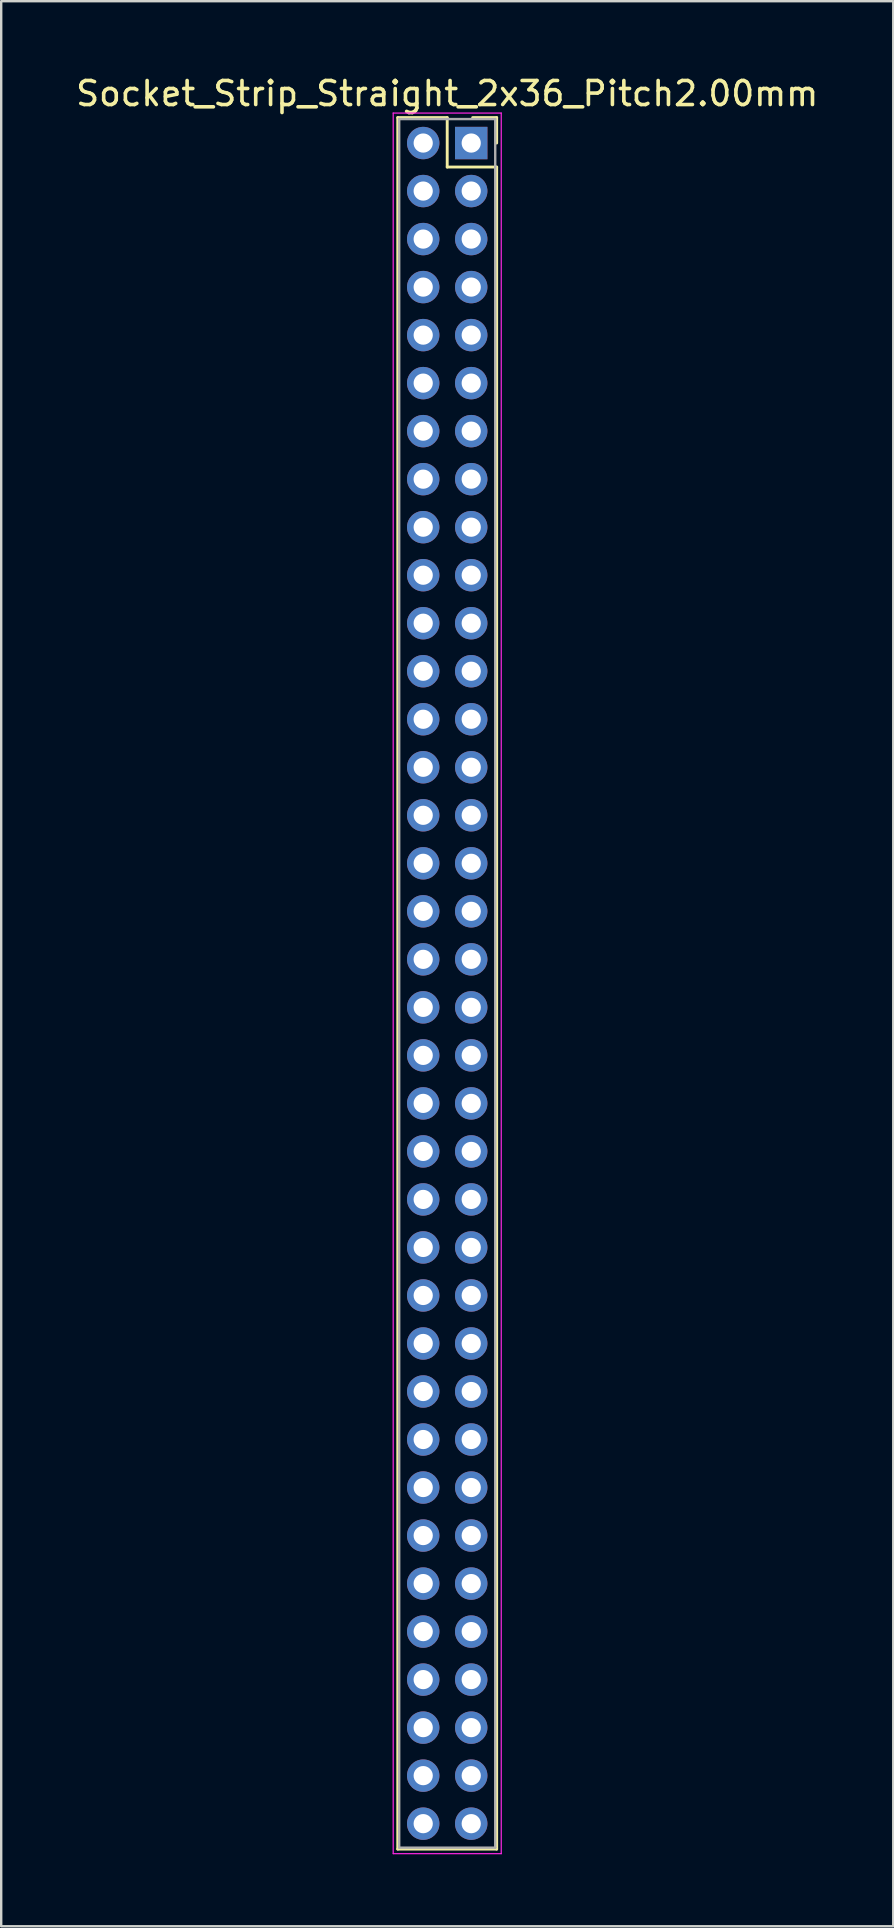
<source format=kicad_pcb>
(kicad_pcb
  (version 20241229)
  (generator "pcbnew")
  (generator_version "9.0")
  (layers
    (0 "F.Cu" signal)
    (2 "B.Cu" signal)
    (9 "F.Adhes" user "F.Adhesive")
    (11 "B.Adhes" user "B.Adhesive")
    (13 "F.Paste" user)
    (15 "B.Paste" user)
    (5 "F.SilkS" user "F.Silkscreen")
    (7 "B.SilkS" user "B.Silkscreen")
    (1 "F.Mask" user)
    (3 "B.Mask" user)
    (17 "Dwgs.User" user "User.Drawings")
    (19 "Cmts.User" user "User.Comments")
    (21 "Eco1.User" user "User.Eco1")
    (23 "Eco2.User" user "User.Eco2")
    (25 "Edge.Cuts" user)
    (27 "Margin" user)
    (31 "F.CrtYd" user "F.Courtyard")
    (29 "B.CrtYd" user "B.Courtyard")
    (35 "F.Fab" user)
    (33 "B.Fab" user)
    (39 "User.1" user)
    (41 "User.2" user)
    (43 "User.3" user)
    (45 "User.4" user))
  (footprint "Socket_Strip_Straight_2x36_Pitch2.00mm"
    (layer "F.Cu")
    (at 16.577 2.908)
    (property "Reference" "Socket_Strip_Straight_2x36_Pitch2.00mm" (at -1 -2.06 0) (layer "F.SilkS") (effects (font (size 1 1) (thickness 0.15))))
    (attr through_hole)
    (fp_line (start -3.06 -1.06) (end -1 -1.06) (stroke (width 0.12) (type solid)) (layer "F.SilkS"))
    (fp_line (start -3.06 71.06) (end -3.06 -1.06) (stroke (width 0.12) (type solid)) (layer "F.SilkS"))
    (fp_line (start -1 -1.06) (end -1 1) (stroke (width 0.12) (type solid)) (layer "F.SilkS"))
    (fp_line (start -1 1) (end 1.06 1) (stroke (width 0.12) (type solid)) (layer "F.SilkS"))
    (fp_line (start 1.06 -1.06) (end 0.06 -1.06) (stroke (width 0.12) (type solid)) (layer "F.SilkS"))
    (fp_line (start 1.06 0) (end 1.06 -1.06) (stroke (width 0.12) (type solid)) (layer "F.SilkS"))
    (fp_line (start 1.06 1) (end 1.06 71.06) (stroke (width 0.12) (type solid)) (layer "F.SilkS"))
    (fp_line (start 1.06 71.06) (end -3.06 71.06) (stroke (width 0.12) (type solid)) (layer "F.SilkS"))
    (fp_line (start -3.25 -1.25) (end -3.25 71.25) (stroke (width 0.05) (type solid)) (layer "F.CrtYd"))
    (fp_line (start -3.25 71.25) (end 1.25 71.25) (stroke (width 0.05) (type solid)) (layer "F.CrtYd"))
    (fp_line (start 1.25 -1.25) (end -3.25 -1.25) (stroke (width 0.05) (type solid)) (layer "F.CrtYd"))
    (fp_line (start 1.25 71.25) (end 1.25 -1.25) (stroke (width 0.05) (type solid)) (layer "F.CrtYd"))
    (fp_line (start -3 -1) (end -3 71) (stroke (width 0.1) (type solid)) (layer "F.Fab"))
    (fp_line (start -3 71) (end 1 71) (stroke (width 0.1) (type solid)) (layer "F.Fab"))
    (fp_line (start 1 -1) (end -3 -1) (stroke (width 0.1) (type solid)) (layer "F.Fab"))
    (fp_line (start 1 71) (end 1 -1) (stroke (width 0.1) (type solid)) (layer "F.Fab"))
    (pad "1" thru_hole rect (at 0 0) (size 1.35 1.35) (drill 0.8) (layers "*.Cu" "*.Mask"))
    (pad "2" thru_hole oval (at -2 0) (size 1.35 1.35) (drill 0.8) (layers "*.Cu" "*.Mask"))
    (pad "3" thru_hole oval (at 0 2) (size 1.35 1.35) (drill 0.8) (layers "*.Cu" "*.Mask"))
    (pad "4" thru_hole oval (at -2 2) (size 1.35 1.35) (drill 0.8) (layers "*.Cu" "*.Mask"))
    (pad "5" thru_hole oval (at 0 4) (size 1.35 1.35) (drill 0.8) (layers "*.Cu" "*.Mask"))
    (pad "6" thru_hole oval (at -2 4) (size 1.35 1.35) (drill 0.8) (layers "*.Cu" "*.Mask"))
    (pad "7" thru_hole oval (at 0 6) (size 1.35 1.35) (drill 0.8) (layers "*.Cu" "*.Mask"))
    (pad "8" thru_hole oval (at -2 6) (size 1.35 1.35) (drill 0.8) (layers "*.Cu" "*.Mask"))
    (pad "9" thru_hole oval (at 0 8) (size 1.35 1.35) (drill 0.8) (layers "*.Cu" "*.Mask"))
    (pad "10" thru_hole oval (at -2 8) (size 1.35 1.35) (drill 0.8) (layers "*.Cu" "*.Mask"))
    (pad "11" thru_hole oval (at 0 10) (size 1.35 1.35) (drill 0.8) (layers "*.Cu" "*.Mask"))
    (pad "12" thru_hole oval (at -2 10) (size 1.35 1.35) (drill 0.8) (layers "*.Cu" "*.Mask"))
    (pad "13" thru_hole oval (at 0 12) (size 1.35 1.35) (drill 0.8) (layers "*.Cu" "*.Mask"))
    (pad "14" thru_hole oval (at -2 12) (size 1.35 1.35) (drill 0.8) (layers "*.Cu" "*.Mask"))
    (pad "15" thru_hole oval (at 0 14) (size 1.35 1.35) (drill 0.8) (layers "*.Cu" "*.Mask"))
    (pad "16" thru_hole oval (at -2 14) (size 1.35 1.35) (drill 0.8) (layers "*.Cu" "*.Mask"))
    (pad "17" thru_hole oval (at 0 16) (size 1.35 1.35) (drill 0.8) (layers "*.Cu" "*.Mask"))
    (pad "18" thru_hole oval (at -2 16) (size 1.35 1.35) (drill 0.8) (layers "*.Cu" "*.Mask"))
    (pad "19" thru_hole oval (at 0 18) (size 1.35 1.35) (drill 0.8) (layers "*.Cu" "*.Mask"))
    (pad "20" thru_hole oval (at -2 18) (size 1.35 1.35) (drill 0.8) (layers "*.Cu" "*.Mask"))
    (pad "21" thru_hole oval (at 0 20) (size 1.35 1.35) (drill 0.8) (layers "*.Cu" "*.Mask"))
    (pad "22" thru_hole oval (at -2 20) (size 1.35 1.35) (drill 0.8) (layers "*.Cu" "*.Mask"))
    (pad "23" thru_hole oval (at 0 22) (size 1.35 1.35) (drill 0.8) (layers "*.Cu" "*.Mask"))
    (pad "24" thru_hole oval (at -2 22) (size 1.35 1.35) (drill 0.8) (layers "*.Cu" "*.Mask"))
    (pad "25" thru_hole oval (at 0 24) (size 1.35 1.35) (drill 0.8) (layers "*.Cu" "*.Mask"))
    (pad "26" thru_hole oval (at -2 24) (size 1.35 1.35) (drill 0.8) (layers "*.Cu" "*.Mask"))
    (pad "27" thru_hole oval (at 0 26) (size 1.35 1.35) (drill 0.8) (layers "*.Cu" "*.Mask"))
    (pad "28" thru_hole oval (at -2 26) (size 1.35 1.35) (drill 0.8) (layers "*.Cu" "*.Mask"))
    (pad "29" thru_hole oval (at 0 28) (size 1.35 1.35) (drill 0.8) (layers "*.Cu" "*.Mask"))
    (pad "30" thru_hole oval (at -2 28) (size 1.35 1.35) (drill 0.8) (layers "*.Cu" "*.Mask"))
    (pad "31" thru_hole oval (at 0 30) (size 1.35 1.35) (drill 0.8) (layers "*.Cu" "*.Mask"))
    (pad "32" thru_hole oval (at -2 30) (size 1.35 1.35) (drill 0.8) (layers "*.Cu" "*.Mask"))
    (pad "33" thru_hole oval (at 0 32) (size 1.35 1.35) (drill 0.8) (layers "*.Cu" "*.Mask"))
    (pad "34" thru_hole oval (at -2 32) (size 1.35 1.35) (drill 0.8) (layers "*.Cu" "*.Mask"))
    (pad "35" thru_hole oval (at 0 34) (size 1.35 1.35) (drill 0.8) (layers "*.Cu" "*.Mask"))
    (pad "36" thru_hole oval (at -2 34) (size 1.35 1.35) (drill 0.8) (layers "*.Cu" "*.Mask"))
    (pad "37" thru_hole oval (at 0 36) (size 1.35 1.35) (drill 0.8) (layers "*.Cu" "*.Mask"))
    (pad "38" thru_hole oval (at -2 36) (size 1.35 1.35) (drill 0.8) (layers "*.Cu" "*.Mask"))
    (pad "39" thru_hole oval (at 0 38) (size 1.35 1.35) (drill 0.8) (layers "*.Cu" "*.Mask"))
    (pad "40" thru_hole oval (at -2 38) (size 1.35 1.35) (drill 0.8) (layers "*.Cu" "*.Mask"))
    (pad "41" thru_hole oval (at 0 40) (size 1.35 1.35) (drill 0.8) (layers "*.Cu" "*.Mask"))
    (pad "42" thru_hole oval (at -2 40) (size 1.35 1.35) (drill 0.8) (layers "*.Cu" "*.Mask"))
    (pad "43" thru_hole oval (at 0 42) (size 1.35 1.35) (drill 0.8) (layers "*.Cu" "*.Mask"))
    (pad "44" thru_hole oval (at -2 42) (size 1.35 1.35) (drill 0.8) (layers "*.Cu" "*.Mask"))
    (pad "45" thru_hole oval (at 0 44) (size 1.35 1.35) (drill 0.8) (layers "*.Cu" "*.Mask"))
    (pad "46" thru_hole oval (at -2 44) (size 1.35 1.35) (drill 0.8) (layers "*.Cu" "*.Mask"))
    (pad "47" thru_hole oval (at 0 46) (size 1.35 1.35) (drill 0.8) (layers "*.Cu" "*.Mask"))
    (pad "48" thru_hole oval (at -2 46) (size 1.35 1.35) (drill 0.8) (layers "*.Cu" "*.Mask"))
    (pad "49" thru_hole oval (at 0 48) (size 1.35 1.35) (drill 0.8) (layers "*.Cu" "*.Mask"))
    (pad "50" thru_hole oval (at -2 48) (size 1.35 1.35) (drill 0.8) (layers "*.Cu" "*.Mask"))
    (pad "51" thru_hole oval (at 0 50) (size 1.35 1.35) (drill 0.8) (layers "*.Cu" "*.Mask"))
    (pad "52" thru_hole oval (at -2 50) (size 1.35 1.35) (drill 0.8) (layers "*.Cu" "*.Mask"))
    (pad "53" thru_hole oval (at 0 52) (size 1.35 1.35) (drill 0.8) (layers "*.Cu" "*.Mask"))
    (pad "54" thru_hole oval (at -2 52) (size 1.35 1.35) (drill 0.8) (layers "*.Cu" "*.Mask"))
    (pad "55" thru_hole oval (at 0 54) (size 1.35 1.35) (drill 0.8) (layers "*.Cu" "*.Mask"))
    (pad "56" thru_hole oval (at -2 54) (size 1.35 1.35) (drill 0.8) (layers "*.Cu" "*.Mask"))
    (pad "57" thru_hole oval (at 0 56) (size 1.35 1.35) (drill 0.8) (layers "*.Cu" "*.Mask"))
    (pad "58" thru_hole oval (at -2 56) (size 1.35 1.35) (drill 0.8) (layers "*.Cu" "*.Mask"))
    (pad "59" thru_hole oval (at 0 58) (size 1.35 1.35) (drill 0.8) (layers "*.Cu" "*.Mask"))
    (pad "60" thru_hole oval (at -2 58) (size 1.35 1.35) (drill 0.8) (layers "*.Cu" "*.Mask"))
    (pad "61" thru_hole oval (at 0 60) (size 1.35 1.35) (drill 0.8) (layers "*.Cu" "*.Mask"))
    (pad "62" thru_hole oval (at -2 60) (size 1.35 1.35) (drill 0.8) (layers "*.Cu" "*.Mask"))
    (pad "63" thru_hole oval (at 0 62) (size 1.35 1.35) (drill 0.8) (layers "*.Cu" "*.Mask"))
    (pad "64" thru_hole oval (at -2 62) (size 1.35 1.35) (drill 0.8) (layers "*.Cu" "*.Mask"))
    (pad "65" thru_hole oval (at 0 64) (size 1.35 1.35) (drill 0.8) (layers "*.Cu" "*.Mask"))
    (pad "66" thru_hole oval (at -2 64) (size 1.35 1.35) (drill 0.8) (layers "*.Cu" "*.Mask"))
    (pad "67" thru_hole oval (at 0 66) (size 1.35 1.35) (drill 0.8) (layers "*.Cu" "*.Mask"))
    (pad "68" thru_hole oval (at -2 66) (size 1.35 1.35) (drill 0.8) (layers "*.Cu" "*.Mask"))
    (pad "69" thru_hole oval (at 0 68) (size 1.35 1.35) (drill 0.8) (layers "*.Cu" "*.Mask"))
    (pad "70" thru_hole oval (at -2 68) (size 1.35 1.35) (drill 0.8) (layers "*.Cu" "*.Mask"))
    (pad "71" thru_hole oval (at 0 70) (size 1.35 1.35) (drill 0.8) (layers "*.Cu" "*.Mask"))
    (pad "72" thru_hole oval (at -2 70) (size 1.35 1.35) (drill 0.8) (layers "*.Cu" "*.Mask")))
  (gr_rect
    (start -3 -3)
    (end 34.155 77.183)
    (stroke (width 0.1) (type default))
    (fill no)
    (layer "Edge.Cuts")))
</source>
